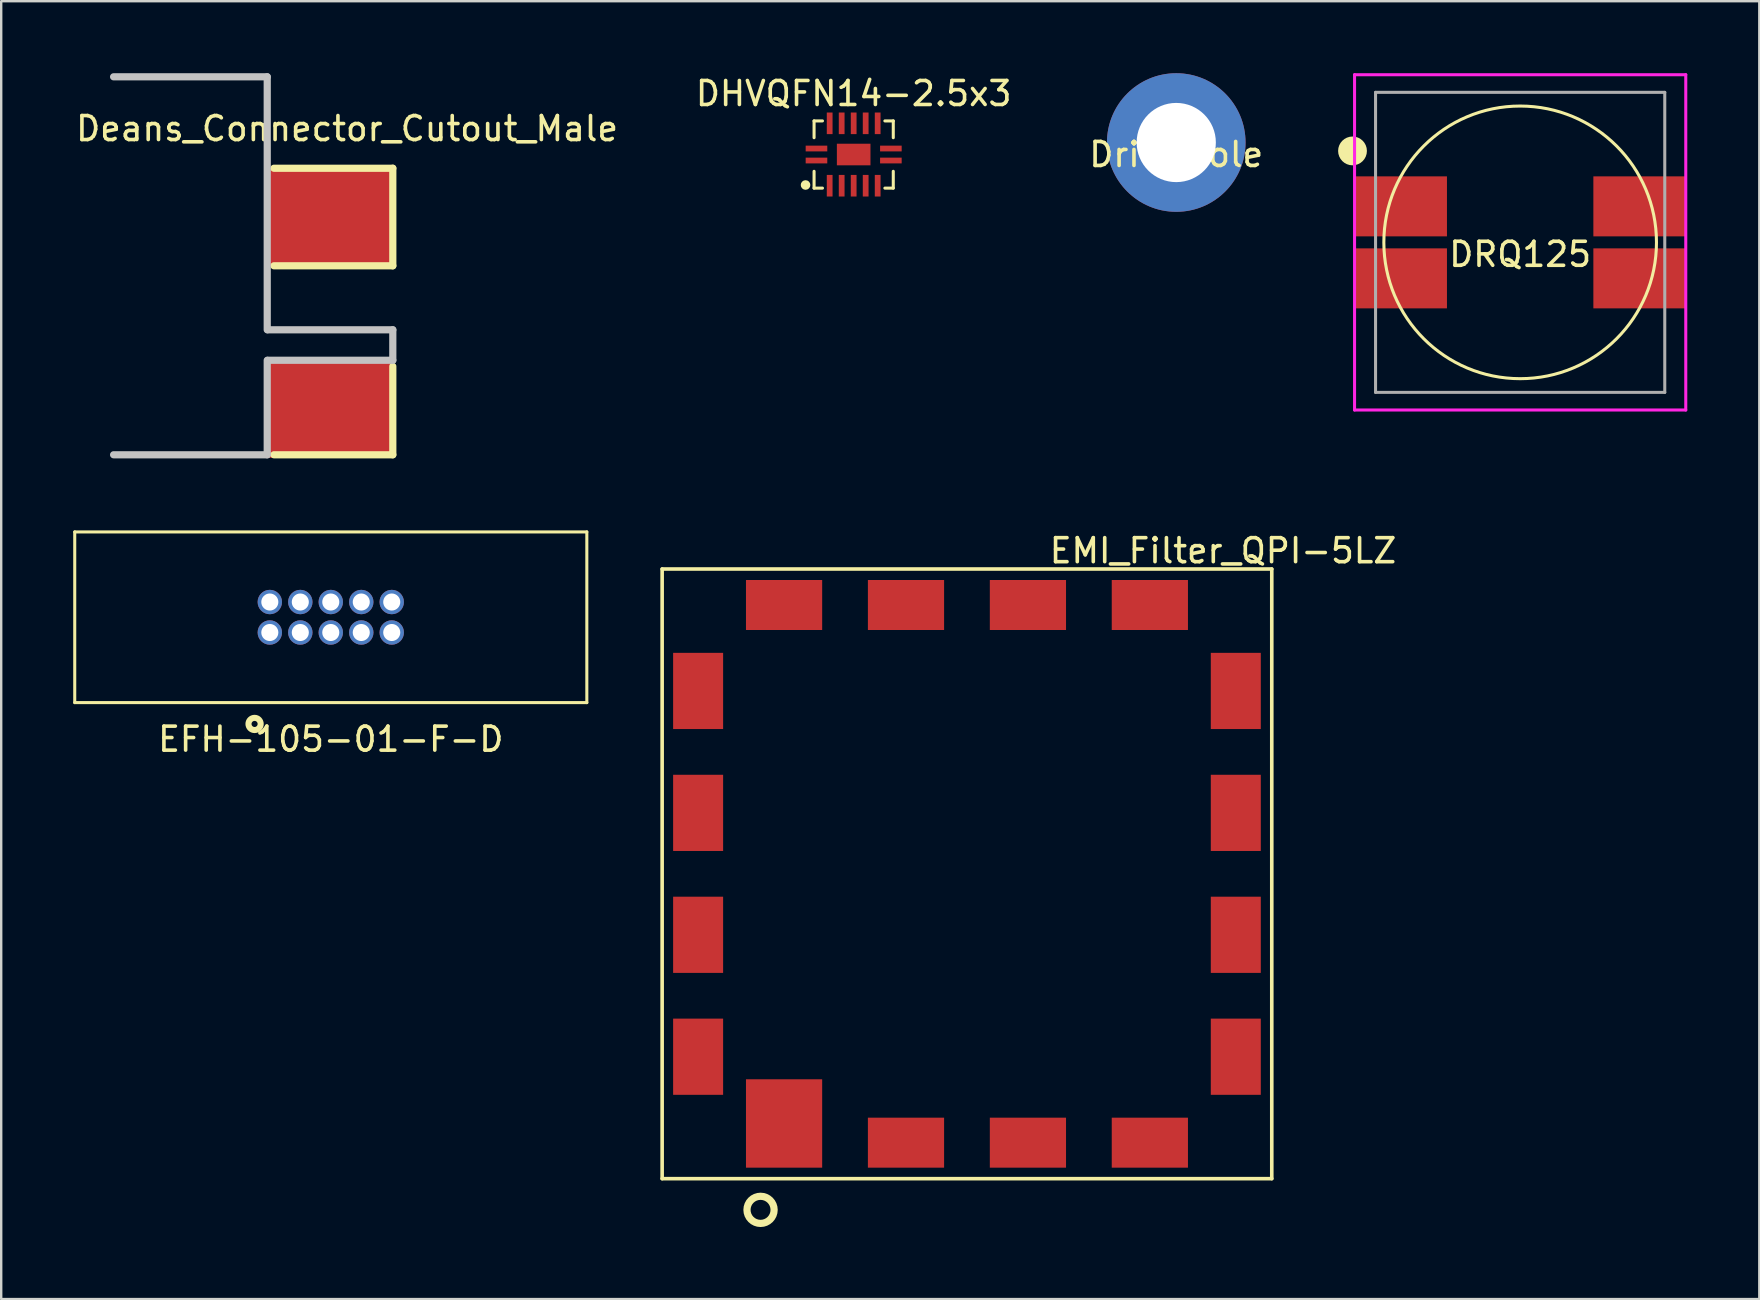
<source format=kicad_pcb>
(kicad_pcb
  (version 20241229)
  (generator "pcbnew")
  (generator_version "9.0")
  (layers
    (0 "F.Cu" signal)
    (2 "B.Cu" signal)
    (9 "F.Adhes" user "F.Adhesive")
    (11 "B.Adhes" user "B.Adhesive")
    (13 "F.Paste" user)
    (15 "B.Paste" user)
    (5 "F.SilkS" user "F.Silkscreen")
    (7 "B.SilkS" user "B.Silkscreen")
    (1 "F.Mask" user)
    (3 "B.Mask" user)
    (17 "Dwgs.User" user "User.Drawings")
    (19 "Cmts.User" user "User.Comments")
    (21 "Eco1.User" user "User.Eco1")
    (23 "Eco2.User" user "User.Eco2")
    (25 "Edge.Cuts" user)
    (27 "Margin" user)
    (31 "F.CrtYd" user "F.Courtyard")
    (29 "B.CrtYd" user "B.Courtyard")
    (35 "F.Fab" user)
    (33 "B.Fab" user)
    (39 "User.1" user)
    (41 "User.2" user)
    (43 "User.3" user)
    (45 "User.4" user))
  (footprint "DRQ125"
    (layer "F.Cu")
    (at 60.287 7.048)
    (property "Reference" "DRQ125" (at 0 0.5 0) (layer "F.SilkS") (effects (font (size 1 1) (thickness 0.15))))
    (attr through_hole)
    (fp_circle (center -6.985 -3.81) (end -6.685 -3.81) (stroke (width 0.6) (type solid)) (fill no) (layer "F.SilkS"))
    (fp_circle (center 0 0) (end 5.08 -2.54) (stroke (width 0.127) (type solid)) (fill no) (layer "F.SilkS"))
    (fp_line (start -6.9 -6.985) (end 6.9 -6.985) (stroke (width 0.127) (type solid)) (layer "F.CrtYd"))
    (fp_line (start -6.9 6.985) (end -6.9 -6.985) (stroke (width 0.127) (type solid)) (layer "F.CrtYd"))
    (fp_line (start 6.9 -6.985) (end 6.9 6.985) (stroke (width 0.127) (type solid)) (layer "F.CrtYd"))
    (fp_line (start 6.9 6.985) (end -6.9 6.985) (stroke (width 0.127) (type solid)) (layer "F.CrtYd"))
    (fp_line (start -6.025 -6.25) (end -6.025 6.25) (stroke (width 0.127) (type solid)) (layer "F.Fab"))
    (fp_line (start -6.025 -6.25) (end 6.025 -6.25) (stroke (width 0.127) (type solid)) (layer "F.Fab"))
    (fp_line (start -6.025 6.25) (end 6.025 6.25) (stroke (width 0.127) (type solid)) (layer "F.Fab"))
    (fp_line (start 6.025 -6.25) (end 6.025 6.25) (stroke (width 0.127) (type solid)) (layer "F.Fab"))
    (pad "1" smd rect (at -4.975 -1.5) (size 3.85 2.5) (layers "F.Cu" "F.Mask" "F.Paste"))
    (pad "2" smd rect (at -4.975 1.5) (size 3.85 2.5) (layers "F.Cu" "F.Mask" "F.Paste"))
    (pad "3" smd rect (at 4.975 1.5) (size 3.85 2.5) (layers "F.Cu" "F.Mask" "F.Paste"))
    (pad "4" smd rect (at 4.975 -1.5) (size 3.85 2.5) (layers "F.Cu" "F.Mask" "F.Paste")))
  (footprint "DHVQFN14-2.5x3"
    (layer "F.Cu")
    (at 32.518 3.388)
    (property "Reference" "DHVQFN14-2.5x3" (at 0 -2.54 0) (layer "F.SilkS") (effects (font (size 1 1) (thickness 0.15))))
    (attr through_hole)
    (fp_line (start -1.65 -1.4) (end -1.65 -0.7) (stroke (width 0.127) (type solid)) (layer "F.SilkS"))
    (fp_line (start -1.65 -1.4) (end -1.3 -1.4) (stroke (width 0.127) (type solid)) (layer "F.SilkS"))
    (fp_line (start -1.65 0.7) (end -1.65 1.4) (stroke (width 0.127) (type solid)) (layer "F.SilkS"))
    (fp_line (start -1.65 1.4) (end -1.3 1.4) (stroke (width 0.127) (type solid)) (layer "F.SilkS"))
    (fp_line (start 1.3 -1.4) (end 1.65 -1.4) (stroke (width 0.127) (type solid)) (layer "F.SilkS"))
    (fp_line (start 1.3 1.4) (end 1.65 1.4) (stroke (width 0.127) (type solid)) (layer "F.SilkS"))
    (fp_line (start 1.65 -1.4) (end 1.65 -0.7) (stroke (width 0.127) (type solid)) (layer "F.SilkS"))
    (fp_line (start 1.65 0.7) (end 1.65 1.4) (stroke (width 0.127) (type solid)) (layer "F.SilkS"))
    (fp_circle (center -2.005 1.27) (end -1.905 1.27) (stroke (width 0.2) (type solid)) (fill no) (layer "F.SilkS"))
    (pad "1" smd rect (at -1.55 0.25) (size 0.9 0.24) (layers "F.Cu" "F.Mask" "F.Paste"))
    (pad "2" smd rect (at -1 1.3) (size 0.24 0.9) (layers "F.Cu" "F.Mask" "F.Paste"))
    (pad "3" smd rect (at -0.5 1.3) (size 0.24 0.9) (layers "F.Cu" "F.Mask" "F.Paste"))
    (pad "4" smd rect (at 0 1.3) (size 0.24 0.9) (layers "F.Cu" "F.Mask" "F.Paste"))
    (pad "5" smd rect (at 0.5 1.3) (size 0.24 0.9) (layers "F.Cu" "F.Mask" "F.Paste"))
    (pad "6" smd rect (at 1 1.3) (size 0.24 0.9) (layers "F.Cu" "F.Mask" "F.Paste"))
    (pad "7" smd rect (at 0 0) (size 1.4 0.9) (layers "F.Cu" "F.Mask" "F.Paste"))
    (pad "7" smd rect (at 1.55 0.25) (size 0.9 0.24) (layers "F.Cu" "F.Mask" "F.Paste"))
    (pad "8" smd rect (at 1.55 -0.25) (size 0.9 0.24) (layers "F.Cu" "F.Mask" "F.Paste"))
    (pad "9" smd rect (at 1 -1.3) (size 0.24 0.9) (layers "F.Cu" "F.Mask" "F.Paste"))
    (pad "10" smd rect (at 0.5 -1.3) (size 0.24 0.9) (layers "F.Cu" "F.Mask" "F.Paste"))
    (pad "11" smd rect (at 0 -1.3) (size 0.24 0.9) (layers "F.Cu" "F.Mask" "F.Paste"))
    (pad "12" smd rect (at -0.5 -1.3) (size 0.24 0.9) (layers "F.Cu" "F.Mask" "F.Paste"))
    (pad "13" smd rect (at -1 -1.3) (size 0.24 0.9) (layers "F.Cu" "F.Mask" "F.Paste"))
    (pad "14" smd rect (at -1.55 -0.25) (size 0.9 0.24) (layers "F.Cu" "F.Mask" "F.Paste")))
  (footprint "EMI_Filter_QPI-5LZ"
    (layer "F.Cu")
    (at 37.238 33.358)
    (property "Reference" "EMI_Filter_QPI-5LZ" (at 10.668 -13.462 0) (layer "F.SilkS") (effects (font (size 1 1) (thickness 0.15))))
    (attr through_hole)
    (fp_line (start -12.7 -12.7) (end 12.7 -12.7) (stroke (width 0.15) (type solid)) (layer "F.SilkS"))
    (fp_line (start -12.7 12.7) (end -12.7 -12.7) (stroke (width 0.15) (type solid)) (layer "F.SilkS"))
    (fp_line (start 12.7 -12.7) (end 12.7 12.7) (stroke (width 0.15) (type solid)) (layer "F.SilkS"))
    (fp_line (start 12.7 12.7) (end -12.7 12.7) (stroke (width 0.15) (type solid)) (layer "F.SilkS"))
    (fp_circle (center -8.6 14) (end -8.2 14.4) (stroke (width 0.3) (type solid)) (fill no) (layer "F.SilkS"))
    (pad "1" smd trapezoid (at -7.62 11.201) (size 3.175 3.683) (drill (offset 0 -0.8)) (layers "F.Cu" "F.Mask" "F.Paste"))
    (pad "2" smd rect (at -2.54 11.201) (size 3.175 2.083) (layers "F.Cu" "F.Mask" "F.Paste"))
    (pad "3" smd rect (at 2.54 11.201) (size 3.175 2.083) (layers "F.Cu" "F.Mask" "F.Paste"))
    (pad "4" smd rect (at 7.62 11.201) (size 3.175 2.083) (layers "F.Cu" "F.Mask" "F.Paste"))
    (pad "5" smd rect (at 11.201 7.62) (size 2.083 3.175) (layers "F.Cu" "F.Mask" "F.Paste"))
    (pad "6" smd rect (at 11.201 2.54) (size 2.083 3.175) (layers "F.Cu" "F.Mask" "F.Paste"))
    (pad "7" smd rect (at 11.201 -2.54) (size 2.083 3.175) (layers "F.Cu" "F.Mask" "F.Paste"))
    (pad "8" smd rect (at 11.201 -7.62) (size 2.083 3.175) (layers "F.Cu" "F.Mask" "F.Paste"))
    (pad "9" smd rect (at 7.62 -11.201) (size 3.175 2.083) (layers "F.Cu" "F.Mask" "F.Paste"))
    (pad "10" smd rect (at 2.54 -11.201) (size 3.175 2.083) (layers "F.Cu" "F.Mask" "F.Paste"))
    (pad "11" smd rect (at -2.54 -11.201) (size 3.175 2.083) (layers "F.Cu" "F.Mask" "F.Paste"))
    (pad "12" smd rect (at -7.62 -11.201) (size 3.175 2.083) (layers "F.Cu" "F.Mask" "F.Paste"))
    (pad "13" smd rect (at -11.201 -7.62) (size 2.083 3.175) (layers "F.Cu" "F.Mask" "F.Paste"))
    (pad "14" smd rect (at -11.201 -2.54) (size 2.083 3.175) (layers "F.Cu" "F.Mask" "F.Paste"))
    (pad "15" smd rect (at -11.201 2.54) (size 2.083 3.175) (layers "F.Cu" "F.Mask" "F.Paste"))
    (pad "16" smd rect (at -11.201 7.62) (size 2.083 3.175) (layers "F.Cu" "F.Mask" "F.Paste")))
  (footprint "EFH-105-01-F-D"
    (layer "F.Cu")
    (at 10.732 22.668)
    (property "Reference" "EFH-105-01-F-D" (at 0 5.08 0) (layer "F.SilkS") (effects (font (size 1 1) (thickness 0.15))))
    (attr through_hole)
    (fp_line (start -10.668 -3.556) (end -10.668 3.556) (stroke (width 0.127) (type solid)) (layer "F.SilkS"))
    (fp_line (start -10.668 -3.556) (end 10.668 -3.556) (stroke (width 0.127) (type solid)) (layer "F.SilkS"))
    (fp_line (start -10.668 3.556) (end 10.668 3.556) (stroke (width 0.127) (type solid)) (layer "F.SilkS"))
    (fp_line (start 10.668 -3.556) (end 10.668 3.556) (stroke (width 0.127) (type solid)) (layer "F.SilkS"))
    (fp_circle (center -3.175 4.445) (end -2.921 4.445) (stroke (width 0.254) (type solid)) (fill no) (layer "F.SilkS"))
    (pad "1" thru_hole circle (at -2.54 0.635) (size 1.016 1.016) (drill 0.711) (layers "*.Cu" "*.Mask"))
    (pad "2" thru_hole circle (at -2.54 -0.635) (size 1.016 1.016) (drill 0.711) (layers "*.Cu" "*.Mask"))
    (pad "3" thru_hole circle (at -1.27 0.635) (size 1.016 1.016) (drill 0.711) (layers "*.Cu" "*.Mask"))
    (pad "4" thru_hole circle (at -1.27 -0.635) (size 1.016 1.016) (drill 0.711) (layers "*.Cu" "*.Mask"))
    (pad "5" thru_hole circle (at 0 0.635) (size 1.016 1.016) (drill 0.711) (layers "*.Cu" "*.Mask"))
    (pad "6" thru_hole circle (at 0 -0.635) (size 1.016 1.016) (drill 0.711) (layers "*.Cu" "*.Mask"))
    (pad "7" thru_hole circle (at 1.27 0.635) (size 1.016 1.016) (drill 0.711) (layers "*.Cu" "*.Mask"))
    (pad "8" thru_hole circle (at 1.27 -0.635) (size 1.016 1.016) (drill 0.711) (layers "*.Cu" "*.Mask"))
    (pad "9" thru_hole circle (at 2.54 0.635) (size 1.016 1.016) (drill 0.711) (layers "*.Cu" "*.Mask"))
    (pad "10" thru_hole circle (at 2.54 -0.635) (size 1.016 1.016) (drill 0.711) (layers "*.Cu" "*.Mask")))
  (footprint "Deans_Connector_Cutout_Male"
    (layer "F.Cu")
    (at 1.683 1.42)
    (property "Reference" "Deans_Connector_Cutout_Male" (at 9.728 0.889 0) (layer "F.SilkS") (effects (font (size 1 1) (thickness 0.15))))
    (attr through_hole)
    (fp_line (start 6.68 2.54) (end 11.633 2.54) (stroke (width 0.3) (type solid)) (layer "F.SilkS"))
    (fp_line (start 6.68 6.604) (end 11.633 6.604) (stroke (width 0.3) (type solid)) (layer "F.SilkS"))
    (fp_line (start 6.68 14.478) (end 11.633 14.478) (stroke (width 0.3) (type solid)) (layer "F.SilkS"))
    (fp_line (start 11.633 2.54) (end 11.633 6.604) (stroke (width 0.3) (type solid)) (layer "F.SilkS"))
    (fp_line (start 11.633 10.795) (end 11.633 14.478) (stroke (width 0.3) (type solid)) (layer "F.SilkS"))
    (fp_line (start 0 -1.27) (end 6.401 -1.27) (stroke (width 0.3) (type solid)) (layer "Dwgs.User"))
    (fp_line (start 0 14.478) (end 6.401 14.478) (stroke (width 0.3) (type solid)) (layer "Dwgs.User"))
    (fp_line (start 6.401 -1.27) (end 6.401 9.271) (stroke (width 0.3) (type solid)) (layer "Dwgs.User"))
    (fp_line (start 6.401 10.541) (end 6.401 14.478) (stroke (width 0.3) (type solid)) (layer "Dwgs.User"))
    (fp_line (start 6.426 9.271) (end 11.633 9.271) (stroke (width 0.3) (type solid)) (layer "Dwgs.User"))
    (fp_line (start 6.426 10.541) (end 11.633 10.541) (stroke (width 0.3) (type solid)) (layer "Dwgs.User"))
    (fp_line (start 11.633 9.271) (end 11.633 10.541) (stroke (width 0.3) (type solid)) (layer "Dwgs.User"))
    (pad "1" smd rect (at 9.017 4.572) (size 5.232 4.064) (layers "F.Cu" "F.Mask" "F.Paste"))
    (pad "2" smd rect (at 9.017 12.573) (size 5.232 4.064) (layers "F.Cu" "F.Mask" "F.Paste")))
  (footprint "Drill_Hole"
    (layer "F.Cu")
    (at 45.958 2.888)
    (property "Reference" "Drill_Hole" (at 0 0.5 0) (layer "F.SilkS") (effects (font (size 1 1) (thickness 0.15))))
    (attr through_hole)
    (pad "1" thru_hole circle (at 0 0) (size 5.775 5.775) (drill 3.3) (layers "*.Cu" "*.Mask")))
  (gr_rect
    (start -3 -3)
    (end 70.251 51.074)
    (stroke (width 0.1) (type default))
    (fill no)
    (layer "Edge.Cuts")))
</source>
